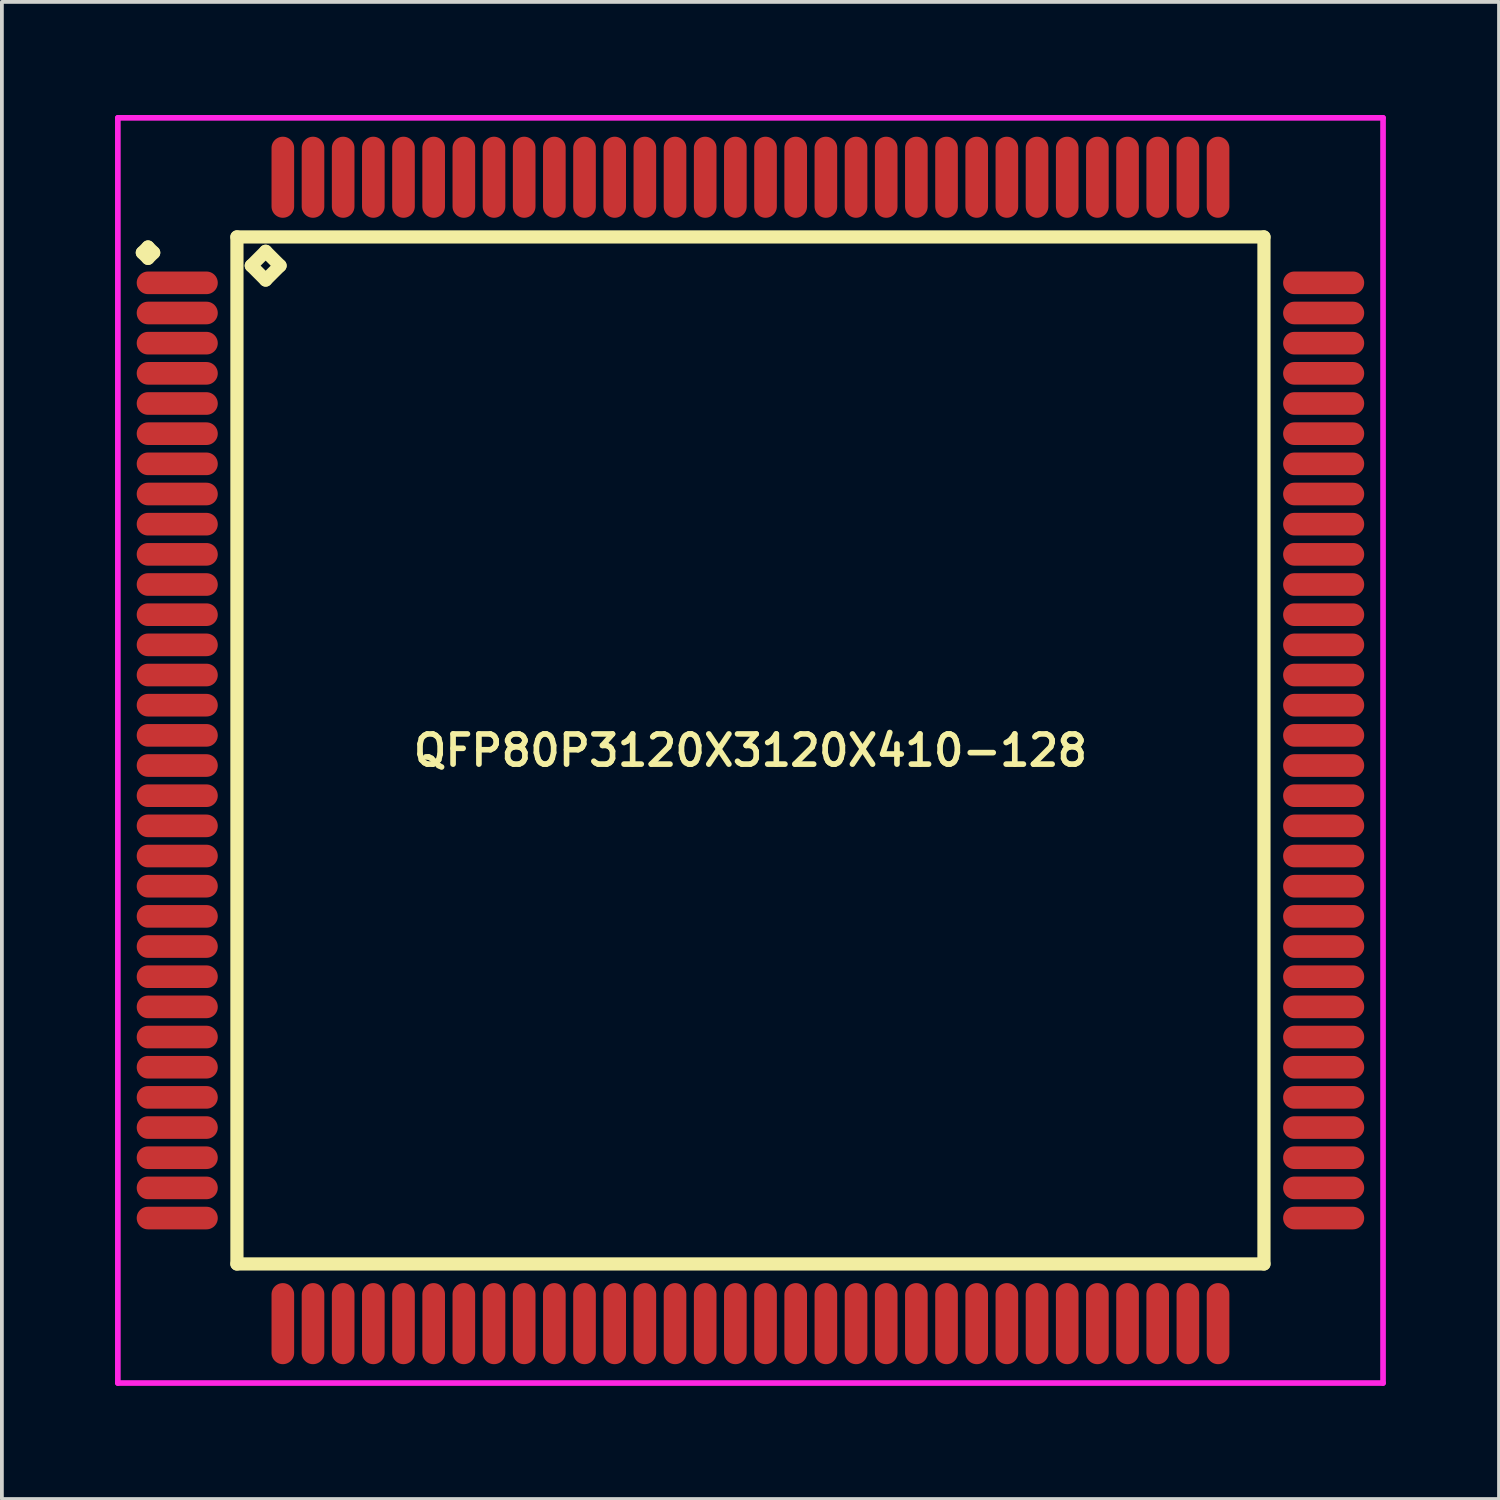
<source format=kicad_pcb>
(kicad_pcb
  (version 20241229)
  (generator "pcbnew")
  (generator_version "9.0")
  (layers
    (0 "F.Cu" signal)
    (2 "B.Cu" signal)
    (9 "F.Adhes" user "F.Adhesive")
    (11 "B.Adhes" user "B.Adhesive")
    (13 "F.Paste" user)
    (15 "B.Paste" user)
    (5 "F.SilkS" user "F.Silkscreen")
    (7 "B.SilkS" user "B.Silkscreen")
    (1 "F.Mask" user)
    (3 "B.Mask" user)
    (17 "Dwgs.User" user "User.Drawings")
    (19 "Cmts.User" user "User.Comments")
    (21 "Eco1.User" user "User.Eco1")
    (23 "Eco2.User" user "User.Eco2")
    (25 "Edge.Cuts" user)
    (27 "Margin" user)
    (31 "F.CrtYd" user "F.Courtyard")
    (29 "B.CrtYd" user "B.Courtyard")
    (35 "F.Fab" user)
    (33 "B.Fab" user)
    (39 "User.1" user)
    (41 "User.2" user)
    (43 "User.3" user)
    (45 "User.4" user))
  (footprint "QFP80P3120X3120X410-128"
    (layer "F.Cu")
    (at 16.85 16.85)
    (property "Reference" "QFP80P3120X3120X410-128" (at 0 0 0) (layer "F.SilkS") (effects (font (size 0.8 0.8) (thickness 0.15))))
    (attr through_hole)
    (fp_line (start -16.125 -13.2) (end -15.975 -13.35) (stroke (width 0.35) (type solid)) (layer "F.SilkS"))
    (fp_line (start -15.975 -13.35) (end -15.825 -13.2) (stroke (width 0.35) (type solid)) (layer "F.SilkS"))
    (fp_line (start -15.975 -13.05) (end -16.125 -13.2) (stroke (width 0.35) (type solid)) (layer "F.SilkS"))
    (fp_line (start -15.825 -13.2) (end -15.975 -13.05) (stroke (width 0.35) (type solid)) (layer "F.SilkS"))
    (fp_line (start -13.617 -13.617) (end -13.617 13.617) (stroke (width 0.35) (type solid)) (layer "F.SilkS"))
    (fp_line (start -13.617 13.617) (end 13.617 13.617) (stroke (width 0.35) (type solid)) (layer "F.SilkS"))
    (fp_line (start -13.236 -12.855) (end -12.855 -13.236) (stroke (width 0.35) (type solid)) (layer "F.SilkS"))
    (fp_line (start -12.855 -13.236) (end -12.474 -12.855) (stroke (width 0.35) (type solid)) (layer "F.SilkS"))
    (fp_line (start -12.855 -12.474) (end -13.236 -12.855) (stroke (width 0.35) (type solid)) (layer "F.SilkS"))
    (fp_line (start -12.474 -12.855) (end -12.855 -12.474) (stroke (width 0.35) (type solid)) (layer "F.SilkS"))
    (fp_line (start 13.617 -13.617) (end -13.617 -13.617) (stroke (width 0.35) (type solid)) (layer "F.SilkS"))
    (fp_line (start 13.617 13.617) (end 13.617 -13.617) (stroke (width 0.35) (type solid)) (layer "F.SilkS"))
    (fp_line (start -16.775 -16.775) (end 16.775 -16.775) (stroke (width 0.15) (type solid)) (layer "F.CrtYd"))
    (fp_line (start -16.775 16.775) (end -16.775 -16.775) (stroke (width 0.15) (type solid)) (layer "F.CrtYd"))
    (fp_line (start 16.775 -16.775) (end 16.775 16.775) (stroke (width 0.15) (type solid)) (layer "F.CrtYd"))
    (fp_line (start 16.775 16.775) (end -16.775 16.775) (stroke (width 0.15) (type solid)) (layer "F.CrtYd"))
    (pad "1" smd oval (at -15.2 -12.4) (size 2.15 0.6) (layers "F.Cu" "F.Mask" "F.Paste"))
    (pad "2" smd oval (at -15.2 -11.6) (size 2.15 0.6) (layers "F.Cu" "F.Mask" "F.Paste"))
    (pad "3" smd oval (at -15.2 -10.8) (size 2.15 0.6) (layers "F.Cu" "F.Mask" "F.Paste"))
    (pad "4" smd oval (at -15.2 -10) (size 2.15 0.6) (layers "F.Cu" "F.Mask" "F.Paste"))
    (pad "5" smd oval (at -15.2 -9.2) (size 2.15 0.6) (layers "F.Cu" "F.Mask" "F.Paste"))
    (pad "6" smd oval (at -15.2 -8.4) (size 2.15 0.6) (layers "F.Cu" "F.Mask" "F.Paste"))
    (pad "7" smd oval (at -15.2 -7.6) (size 2.15 0.6) (layers "F.Cu" "F.Mask" "F.Paste"))
    (pad "8" smd oval (at -15.2 -6.8) (size 2.15 0.6) (layers "F.Cu" "F.Mask" "F.Paste"))
    (pad "9" smd oval (at -15.2 -6) (size 2.15 0.6) (layers "F.Cu" "F.Mask" "F.Paste"))
    (pad "10" smd oval (at -15.2 -5.2) (size 2.15 0.6) (layers "F.Cu" "F.Mask" "F.Paste"))
    (pad "11" smd oval (at -15.2 -4.4) (size 2.15 0.6) (layers "F.Cu" "F.Mask" "F.Paste"))
    (pad "12" smd oval (at -15.2 -3.6) (size 2.15 0.6) (layers "F.Cu" "F.Mask" "F.Paste"))
    (pad "13" smd oval (at -15.2 -2.8) (size 2.15 0.6) (layers "F.Cu" "F.Mask" "F.Paste"))
    (pad "14" smd oval (at -15.2 -2) (size 2.15 0.6) (layers "F.Cu" "F.Mask" "F.Paste"))
    (pad "15" smd oval (at -15.2 -1.2) (size 2.15 0.6) (layers "F.Cu" "F.Mask" "F.Paste"))
    (pad "16" smd oval (at -15.2 -0.4) (size 2.15 0.6) (layers "F.Cu" "F.Mask" "F.Paste"))
    (pad "17" smd oval (at -15.2 0.4) (size 2.15 0.6) (layers "F.Cu" "F.Mask" "F.Paste"))
    (pad "18" smd oval (at -15.2 1.2) (size 2.15 0.6) (layers "F.Cu" "F.Mask" "F.Paste"))
    (pad "19" smd oval (at -15.2 2) (size 2.15 0.6) (layers "F.Cu" "F.Mask" "F.Paste"))
    (pad "20" smd oval (at -15.2 2.8) (size 2.15 0.6) (layers "F.Cu" "F.Mask" "F.Paste"))
    (pad "21" smd oval (at -15.2 3.6) (size 2.15 0.6) (layers "F.Cu" "F.Mask" "F.Paste"))
    (pad "22" smd oval (at -15.2 4.4) (size 2.15 0.6) (layers "F.Cu" "F.Mask" "F.Paste"))
    (pad "23" smd oval (at -15.2 5.2) (size 2.15 0.6) (layers "F.Cu" "F.Mask" "F.Paste"))
    (pad "24" smd oval (at -15.2 6) (size 2.15 0.6) (layers "F.Cu" "F.Mask" "F.Paste"))
    (pad "25" smd oval (at -15.2 6.8) (size 2.15 0.6) (layers "F.Cu" "F.Mask" "F.Paste"))
    (pad "26" smd oval (at -15.2 7.6) (size 2.15 0.6) (layers "F.Cu" "F.Mask" "F.Paste"))
    (pad "27" smd oval (at -15.2 8.4) (size 2.15 0.6) (layers "F.Cu" "F.Mask" "F.Paste"))
    (pad "28" smd oval (at -15.2 9.2) (size 2.15 0.6) (layers "F.Cu" "F.Mask" "F.Paste"))
    (pad "29" smd oval (at -15.2 10) (size 2.15 0.6) (layers "F.Cu" "F.Mask" "F.Paste"))
    (pad "30" smd oval (at -15.2 10.8) (size 2.15 0.6) (layers "F.Cu" "F.Mask" "F.Paste"))
    (pad "31" smd oval (at -15.2 11.6) (size 2.15 0.6) (layers "F.Cu" "F.Mask" "F.Paste"))
    (pad "32" smd oval (at -15.2 12.4) (size 2.15 0.6) (layers "F.Cu" "F.Mask" "F.Paste"))
    (pad "33" smd oval (at -12.4 15.2) (size 0.6 2.15) (layers "F.Cu" "F.Mask" "F.Paste"))
    (pad "34" smd oval (at -11.6 15.2) (size 0.6 2.15) (layers "F.Cu" "F.Mask" "F.Paste"))
    (pad "35" smd oval (at -10.8 15.2) (size 0.6 2.15) (layers "F.Cu" "F.Mask" "F.Paste"))
    (pad "36" smd oval (at -10 15.2) (size 0.6 2.15) (layers "F.Cu" "F.Mask" "F.Paste"))
    (pad "37" smd oval (at -9.2 15.2) (size 0.6 2.15) (layers "F.Cu" "F.Mask" "F.Paste"))
    (pad "38" smd oval (at -8.4 15.2) (size 0.6 2.15) (layers "F.Cu" "F.Mask" "F.Paste"))
    (pad "39" smd oval (at -7.6 15.2) (size 0.6 2.15) (layers "F.Cu" "F.Mask" "F.Paste"))
    (pad "40" smd oval (at -6.8 15.2) (size 0.6 2.15) (layers "F.Cu" "F.Mask" "F.Paste"))
    (pad "41" smd oval (at -6 15.2) (size 0.6 2.15) (layers "F.Cu" "F.Mask" "F.Paste"))
    (pad "42" smd oval (at -5.2 15.2) (size 0.6 2.15) (layers "F.Cu" "F.Mask" "F.Paste"))
    (pad "43" smd oval (at -4.4 15.2) (size 0.6 2.15) (layers "F.Cu" "F.Mask" "F.Paste"))
    (pad "44" smd oval (at -3.6 15.2) (size 0.6 2.15) (layers "F.Cu" "F.Mask" "F.Paste"))
    (pad "45" smd oval (at -2.8 15.2) (size 0.6 2.15) (layers "F.Cu" "F.Mask" "F.Paste"))
    (pad "46" smd oval (at -2 15.2) (size 0.6 2.15) (layers "F.Cu" "F.Mask" "F.Paste"))
    (pad "47" smd oval (at -1.2 15.2) (size 0.6 2.15) (layers "F.Cu" "F.Mask" "F.Paste"))
    (pad "48" smd oval (at -0.4 15.2) (size 0.6 2.15) (layers "F.Cu" "F.Mask" "F.Paste"))
    (pad "49" smd oval (at 0.4 15.2) (size 0.6 2.15) (layers "F.Cu" "F.Mask" "F.Paste"))
    (pad "50" smd oval (at 1.2 15.2) (size 0.6 2.15) (layers "F.Cu" "F.Mask" "F.Paste"))
    (pad "51" smd oval (at 2 15.2) (size 0.6 2.15) (layers "F.Cu" "F.Mask" "F.Paste"))
    (pad "52" smd oval (at 2.8 15.2) (size 0.6 2.15) (layers "F.Cu" "F.Mask" "F.Paste"))
    (pad "53" smd oval (at 3.6 15.2) (size 0.6 2.15) (layers "F.Cu" "F.Mask" "F.Paste"))
    (pad "54" smd oval (at 4.4 15.2) (size 0.6 2.15) (layers "F.Cu" "F.Mask" "F.Paste"))
    (pad "55" smd oval (at 5.2 15.2) (size 0.6 2.15) (layers "F.Cu" "F.Mask" "F.Paste"))
    (pad "56" smd oval (at 6 15.2) (size 0.6 2.15) (layers "F.Cu" "F.Mask" "F.Paste"))
    (pad "57" smd oval (at 6.8 15.2) (size 0.6 2.15) (layers "F.Cu" "F.Mask" "F.Paste"))
    (pad "58" smd oval (at 7.6 15.2) (size 0.6 2.15) (layers "F.Cu" "F.Mask" "F.Paste"))
    (pad "59" smd oval (at 8.4 15.2) (size 0.6 2.15) (layers "F.Cu" "F.Mask" "F.Paste"))
    (pad "60" smd oval (at 9.2 15.2) (size 0.6 2.15) (layers "F.Cu" "F.Mask" "F.Paste"))
    (pad "61" smd oval (at 10 15.2) (size 0.6 2.15) (layers "F.Cu" "F.Mask" "F.Paste"))
    (pad "62" smd oval (at 10.8 15.2) (size 0.6 2.15) (layers "F.Cu" "F.Mask" "F.Paste"))
    (pad "63" smd oval (at 11.6 15.2) (size 0.6 2.15) (layers "F.Cu" "F.Mask" "F.Paste"))
    (pad "64" smd oval (at 12.4 15.2) (size 0.6 2.15) (layers "F.Cu" "F.Mask" "F.Paste"))
    (pad "65" smd oval (at 15.2 12.4) (size 2.15 0.6) (layers "F.Cu" "F.Mask" "F.Paste"))
    (pad "66" smd oval (at 15.2 11.6) (size 2.15 0.6) (layers "F.Cu" "F.Mask" "F.Paste"))
    (pad "67" smd oval (at 15.2 10.8) (size 2.15 0.6) (layers "F.Cu" "F.Mask" "F.Paste"))
    (pad "68" smd oval (at 15.2 10) (size 2.15 0.6) (layers "F.Cu" "F.Mask" "F.Paste"))
    (pad "69" smd oval (at 15.2 9.2) (size 2.15 0.6) (layers "F.Cu" "F.Mask" "F.Paste"))
    (pad "70" smd oval (at 15.2 8.4) (size 2.15 0.6) (layers "F.Cu" "F.Mask" "F.Paste"))
    (pad "71" smd oval (at 15.2 7.6) (size 2.15 0.6) (layers "F.Cu" "F.Mask" "F.Paste"))
    (pad "72" smd oval (at 15.2 6.8) (size 2.15 0.6) (layers "F.Cu" "F.Mask" "F.Paste"))
    (pad "73" smd oval (at 15.2 6) (size 2.15 0.6) (layers "F.Cu" "F.Mask" "F.Paste"))
    (pad "74" smd oval (at 15.2 5.2) (size 2.15 0.6) (layers "F.Cu" "F.Mask" "F.Paste"))
    (pad "75" smd oval (at 15.2 4.4) (size 2.15 0.6) (layers "F.Cu" "F.Mask" "F.Paste"))
    (pad "76" smd oval (at 15.2 3.6) (size 2.15 0.6) (layers "F.Cu" "F.Mask" "F.Paste"))
    (pad "77" smd oval (at 15.2 2.8) (size 2.15 0.6) (layers "F.Cu" "F.Mask" "F.Paste"))
    (pad "78" smd oval (at 15.2 2) (size 2.15 0.6) (layers "F.Cu" "F.Mask" "F.Paste"))
    (pad "79" smd oval (at 15.2 1.2) (size 2.15 0.6) (layers "F.Cu" "F.Mask" "F.Paste"))
    (pad "80" smd oval (at 15.2 0.4) (size 2.15 0.6) (layers "F.Cu" "F.Mask" "F.Paste"))
    (pad "81" smd oval (at 15.2 -0.4) (size 2.15 0.6) (layers "F.Cu" "F.Mask" "F.Paste"))
    (pad "82" smd oval (at 15.2 -1.2) (size 2.15 0.6) (layers "F.Cu" "F.Mask" "F.Paste"))
    (pad "83" smd oval (at 15.2 -2) (size 2.15 0.6) (layers "F.Cu" "F.Mask" "F.Paste"))
    (pad "84" smd oval (at 15.2 -2.8) (size 2.15 0.6) (layers "F.Cu" "F.Mask" "F.Paste"))
    (pad "85" smd oval (at 15.2 -3.6) (size 2.15 0.6) (layers "F.Cu" "F.Mask" "F.Paste"))
    (pad "86" smd oval (at 15.2 -4.4) (size 2.15 0.6) (layers "F.Cu" "F.Mask" "F.Paste"))
    (pad "87" smd oval (at 15.2 -5.2) (size 2.15 0.6) (layers "F.Cu" "F.Mask" "F.Paste"))
    (pad "88" smd oval (at 15.2 -6) (size 2.15 0.6) (layers "F.Cu" "F.Mask" "F.Paste"))
    (pad "89" smd oval (at 15.2 -6.8) (size 2.15 0.6) (layers "F.Cu" "F.Mask" "F.Paste"))
    (pad "90" smd oval (at 15.2 -7.6) (size 2.15 0.6) (layers "F.Cu" "F.Mask" "F.Paste"))
    (pad "91" smd oval (at 15.2 -8.4) (size 2.15 0.6) (layers "F.Cu" "F.Mask" "F.Paste"))
    (pad "92" smd oval (at 15.2 -9.2) (size 2.15 0.6) (layers "F.Cu" "F.Mask" "F.Paste"))
    (pad "93" smd oval (at 15.2 -10) (size 2.15 0.6) (layers "F.Cu" "F.Mask" "F.Paste"))
    (pad "94" smd oval (at 15.2 -10.8) (size 2.15 0.6) (layers "F.Cu" "F.Mask" "F.Paste"))
    (pad "95" smd oval (at 15.2 -11.6) (size 2.15 0.6) (layers "F.Cu" "F.Mask" "F.Paste"))
    (pad "96" smd oval (at 15.2 -12.4) (size 2.15 0.6) (layers "F.Cu" "F.Mask" "F.Paste"))
    (pad "97" smd oval (at 12.4 -15.2) (size 0.6 2.15) (layers "F.Cu" "F.Mask" "F.Paste"))
    (pad "98" smd oval (at 11.6 -15.2) (size 0.6 2.15) (layers "F.Cu" "F.Mask" "F.Paste"))
    (pad "99" smd oval (at 10.8 -15.2) (size 0.6 2.15) (layers "F.Cu" "F.Mask" "F.Paste"))
    (pad "100" smd oval (at 10 -15.2) (size 0.6 2.15) (layers "F.Cu" "F.Mask" "F.Paste"))
    (pad "101" smd oval (at 9.2 -15.2) (size 0.6 2.15) (layers "F.Cu" "F.Mask" "F.Paste"))
    (pad "102" smd oval (at 8.4 -15.2) (size 0.6 2.15) (layers "F.Cu" "F.Mask" "F.Paste"))
    (pad "103" smd oval (at 7.6 -15.2) (size 0.6 2.15) (layers "F.Cu" "F.Mask" "F.Paste"))
    (pad "104" smd oval (at 6.8 -15.2) (size 0.6 2.15) (layers "F.Cu" "F.Mask" "F.Paste"))
    (pad "105" smd oval (at 6 -15.2) (size 0.6 2.15) (layers "F.Cu" "F.Mask" "F.Paste"))
    (pad "106" smd oval (at 5.2 -15.2) (size 0.6 2.15) (layers "F.Cu" "F.Mask" "F.Paste"))
    (pad "107" smd oval (at 4.4 -15.2) (size 0.6 2.15) (layers "F.Cu" "F.Mask" "F.Paste"))
    (pad "108" smd oval (at 3.6 -15.2) (size 0.6 2.15) (layers "F.Cu" "F.Mask" "F.Paste"))
    (pad "109" smd oval (at 2.8 -15.2) (size 0.6 2.15) (layers "F.Cu" "F.Mask" "F.Paste"))
    (pad "110" smd oval (at 2 -15.2) (size 0.6 2.15) (layers "F.Cu" "F.Mask" "F.Paste"))
    (pad "111" smd oval (at 1.2 -15.2) (size 0.6 2.15) (layers "F.Cu" "F.Mask" "F.Paste"))
    (pad "112" smd oval (at 0.4 -15.2) (size 0.6 2.15) (layers "F.Cu" "F.Mask" "F.Paste"))
    (pad "113" smd oval (at -0.4 -15.2) (size 0.6 2.15) (layers "F.Cu" "F.Mask" "F.Paste"))
    (pad "114" smd oval (at -1.2 -15.2) (size 0.6 2.15) (layers "F.Cu" "F.Mask" "F.Paste"))
    (pad "115" smd oval (at -2 -15.2) (size 0.6 2.15) (layers "F.Cu" "F.Mask" "F.Paste"))
    (pad "116" smd oval (at -2.8 -15.2) (size 0.6 2.15) (layers "F.Cu" "F.Mask" "F.Paste"))
    (pad "117" smd oval (at -3.6 -15.2) (size 0.6 2.15) (layers "F.Cu" "F.Mask" "F.Paste"))
    (pad "118" smd oval (at -4.4 -15.2) (size 0.6 2.15) (layers "F.Cu" "F.Mask" "F.Paste"))
    (pad "119" smd oval (at -5.2 -15.2) (size 0.6 2.15) (layers "F.Cu" "F.Mask" "F.Paste"))
    (pad "120" smd oval (at -6 -15.2) (size 0.6 2.15) (layers "F.Cu" "F.Mask" "F.Paste"))
    (pad "121" smd oval (at -6.8 -15.2) (size 0.6 2.15) (layers "F.Cu" "F.Mask" "F.Paste"))
    (pad "122" smd oval (at -7.6 -15.2) (size 0.6 2.15) (layers "F.Cu" "F.Mask" "F.Paste"))
    (pad "123" smd oval (at -8.4 -15.2) (size 0.6 2.15) (layers "F.Cu" "F.Mask" "F.Paste"))
    (pad "124" smd oval (at -9.2 -15.2) (size 0.6 2.15) (layers "F.Cu" "F.Mask" "F.Paste"))
    (pad "125" smd oval (at -10 -15.2) (size 0.6 2.15) (layers "F.Cu" "F.Mask" "F.Paste"))
    (pad "126" smd oval (at -10.8 -15.2) (size 0.6 2.15) (layers "F.Cu" "F.Mask" "F.Paste"))
    (pad "127" smd oval (at -11.6 -15.2) (size 0.6 2.15) (layers "F.Cu" "F.Mask" "F.Paste"))
    (pad "128" smd oval (at -12.4 -15.2) (size 0.6 2.15) (layers "F.Cu" "F.Mask" "F.Paste")))
  (gr_rect
    (start -3 -3)
    (end 36.7 36.7)
    (stroke (width 0.1) (type default))
    (fill no)
    (layer "Edge.Cuts")))
</source>
